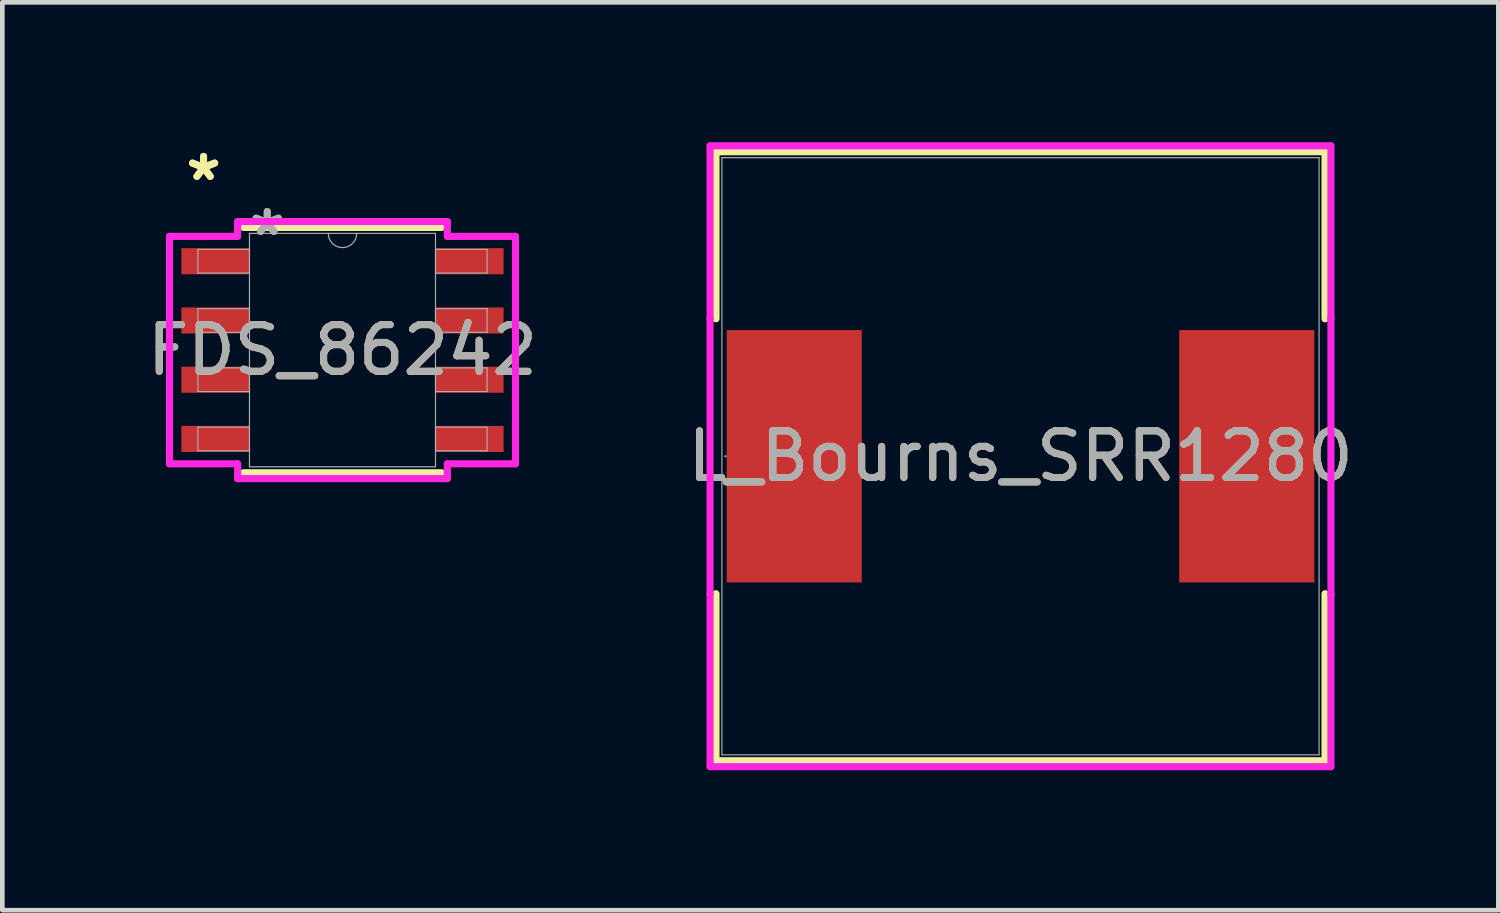
<source format=kicad_pcb>
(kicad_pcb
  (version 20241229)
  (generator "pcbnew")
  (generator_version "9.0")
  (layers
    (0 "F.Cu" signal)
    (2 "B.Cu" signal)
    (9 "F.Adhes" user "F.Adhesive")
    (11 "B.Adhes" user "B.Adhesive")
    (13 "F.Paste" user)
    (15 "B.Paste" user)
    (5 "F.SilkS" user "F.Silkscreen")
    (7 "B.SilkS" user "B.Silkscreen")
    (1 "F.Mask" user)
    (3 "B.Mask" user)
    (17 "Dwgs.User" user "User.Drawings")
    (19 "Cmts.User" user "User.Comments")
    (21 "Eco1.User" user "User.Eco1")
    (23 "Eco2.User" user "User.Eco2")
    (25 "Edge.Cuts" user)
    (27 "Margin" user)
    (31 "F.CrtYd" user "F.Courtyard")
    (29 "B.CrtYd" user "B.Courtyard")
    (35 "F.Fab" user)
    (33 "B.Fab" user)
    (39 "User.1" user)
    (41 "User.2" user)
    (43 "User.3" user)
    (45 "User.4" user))
  (footprint "L_Bourns_SRR1280"
    (layer "F.Cu")
    (at 18.827 6.731)
    (property "Reference" "L_Bourns_SRR1280" (at 0 0 0) (unlocked yes) (layer "F.SilkS") (effects (font (size 1 1) (thickness 0.15))))
    (attr smd)
    (fp_line (start -6.528 -6.528) (end -6.528 -2.947) (stroke (width 0.152) (type solid)) (layer "F.SilkS"))
    (fp_line (start -6.528 2.947) (end -6.528 6.528) (stroke (width 0.152) (type solid)) (layer "F.SilkS"))
    (fp_line (start -6.528 6.528) (end 6.528 6.528) (stroke (width 0.152) (type solid)) (layer "F.SilkS"))
    (fp_line (start 6.528 -6.528) (end -6.528 -6.528) (stroke (width 0.152) (type solid)) (layer "F.SilkS"))
    (fp_line (start 6.528 -2.947) (end 6.528 -6.528) (stroke (width 0.152) (type solid)) (layer "F.SilkS"))
    (fp_line (start 6.528 6.528) (end 6.528 2.947) (stroke (width 0.152) (type solid)) (layer "F.SilkS"))
    (fp_line (start -6.655 -6.655) (end 6.655 -6.655) (stroke (width 0.152) (type solid)) (layer "F.CrtYd"))
    (fp_line (start -6.655 -2.959) (end -6.655 -6.655) (stroke (width 0.152) (type solid)) (layer "F.CrtYd"))
    (fp_line (start -6.655 -2.959) (end -6.655 -2.959) (stroke (width 0.152) (type solid)) (layer "F.CrtYd"))
    (fp_line (start -6.655 2.959) (end -6.655 -2.959) (stroke (width 0.152) (type solid)) (layer "F.CrtYd"))
    (fp_line (start -6.655 2.959) (end -6.655 2.959) (stroke (width 0.152) (type solid)) (layer "F.CrtYd"))
    (fp_line (start -6.655 6.655) (end -6.655 2.959) (stroke (width 0.152) (type solid)) (layer "F.CrtYd"))
    (fp_line (start 6.655 -6.655) (end 6.655 -2.959) (stroke (width 0.152) (type solid)) (layer "F.CrtYd"))
    (fp_line (start 6.655 -2.959) (end 6.655 -2.959) (stroke (width 0.152) (type solid)) (layer "F.CrtYd"))
    (fp_line (start 6.655 -2.959) (end 6.655 2.959) (stroke (width 0.152) (type solid)) (layer "F.CrtYd"))
    (fp_line (start 6.655 2.959) (end 6.655 2.959) (stroke (width 0.152) (type solid)) (layer "F.CrtYd"))
    (fp_line (start 6.655 2.959) (end 6.655 6.655) (stroke (width 0.152) (type solid)) (layer "F.CrtYd"))
    (fp_line (start 6.655 6.655) (end -6.655 6.655) (stroke (width 0.152) (type solid)) (layer "F.CrtYd"))
    (fp_line (start -6.401 -6.401) (end -6.401 6.401) (stroke (width 0.025) (type solid)) (layer "F.Fab"))
    (fp_line (start -6.401 6.401) (end 6.401 6.401) (stroke (width 0.025) (type solid)) (layer "F.Fab"))
    (fp_line (start 6.401 -6.401) (end -6.401 -6.401) (stroke (width 0.025) (type solid)) (layer "F.Fab"))
    (fp_line (start 6.401 6.401) (end 6.401 -6.401) (stroke (width 0.025) (type solid)) (layer "F.Fab"))
    (fp_circle (center -6.325 0) (end -6.325 0) (stroke (width 0.025) (type solid)) (fill no) (layer "F.Fab"))
    (fp_text user "${REFERENCE}" (at 0 0 0) (unlocked yes) (layer "F.Fab") (effects (font (size 1 1) (thickness 0.15))))
    (pad "1" smd rect (at -4.851 0) (size 2.896 5.41) (layers "F.Cu" "F.Mask" "F.Paste"))
    (pad "2" smd rect (at 4.851 0) (size 2.896 5.41) (layers "F.Cu" "F.Mask" "F.Paste"))
    (zone (net_name "") (layer "F.Cu") (hatch full 0.508) (connect_pads) (min_thickness 0.254) (filled_areas_thickness no) (keepout (tracks not_allowed) (vias not_allowed) (pads allowed) (copperpour not_allowed) (footprints allowed)) (placement (enabled no)) (fill) (polygon (pts (xy 15.475 0.381) (xy 22.18 0.381) (xy 22.18 13.081) (xy 15.475 13.081)))))
  (footprint "FDS_86242"
    (layer "F.Cu")
    (at 4.292 4.455)
    (property "Reference" "FDS_86242" (at 0 0 0) (unlocked yes) (layer "F.SilkS") (effects (font (size 1 1) (thickness 0.15))))
    (attr smd)
    (fp_line (start -2.121 2.629) (end 2.121 2.629) (stroke (width 0.152) (type solid)) (layer "F.SilkS"))
    (fp_line (start 2.121 -2.629) (end -2.121 -2.629) (stroke (width 0.152) (type solid)) (layer "F.SilkS"))
    (fp_line (start -3.708 -2.438) (end -2.248 -2.438) (stroke (width 0.152) (type solid)) (layer "F.CrtYd"))
    (fp_line (start -3.708 2.438) (end -3.708 -2.438) (stroke (width 0.152) (type solid)) (layer "F.CrtYd"))
    (fp_line (start -3.708 2.438) (end -2.248 2.438) (stroke (width 0.152) (type solid)) (layer "F.CrtYd"))
    (fp_line (start -2.248 -2.756) (end 2.248 -2.756) (stroke (width 0.152) (type solid)) (layer "F.CrtYd"))
    (fp_line (start -2.248 -2.438) (end -2.248 -2.756) (stroke (width 0.152) (type solid)) (layer "F.CrtYd"))
    (fp_line (start -2.248 2.756) (end -2.248 2.438) (stroke (width 0.152) (type solid)) (layer "F.CrtYd"))
    (fp_line (start 2.248 -2.756) (end 2.248 -2.438) (stroke (width 0.152) (type solid)) (layer "F.CrtYd"))
    (fp_line (start 2.248 2.438) (end 2.248 2.756) (stroke (width 0.152) (type solid)) (layer "F.CrtYd"))
    (fp_line (start 2.248 2.756) (end -2.248 2.756) (stroke (width 0.152) (type solid)) (layer "F.CrtYd"))
    (fp_line (start 3.708 -2.438) (end 2.248 -2.438) (stroke (width 0.152) (type solid)) (layer "F.CrtYd"))
    (fp_line (start 3.708 -2.438) (end 3.708 2.438) (stroke (width 0.152) (type solid)) (layer "F.CrtYd"))
    (fp_line (start 3.708 2.438) (end 2.248 2.438) (stroke (width 0.152) (type solid)) (layer "F.CrtYd"))
    (fp_line (start -3.099 -2.159) (end -3.099 -1.651) (stroke (width 0.025) (type solid)) (layer "F.Fab"))
    (fp_line (start -3.099 -1.651) (end -1.994 -1.651) (stroke (width 0.025) (type solid)) (layer "F.Fab"))
    (fp_line (start -3.099 -0.889) (end -3.099 -0.381) (stroke (width 0.025) (type solid)) (layer "F.Fab"))
    (fp_line (start -3.099 -0.381) (end -1.994 -0.381) (stroke (width 0.025) (type solid)) (layer "F.Fab"))
    (fp_line (start -3.099 0.381) (end -3.099 0.889) (stroke (width 0.025) (type solid)) (layer "F.Fab"))
    (fp_line (start -3.099 0.889) (end -1.994 0.889) (stroke (width 0.025) (type solid)) (layer "F.Fab"))
    (fp_line (start -3.099 1.651) (end -3.099 2.159) (stroke (width 0.025) (type solid)) (layer "F.Fab"))
    (fp_line (start -3.099 2.159) (end -1.994 2.159) (stroke (width 0.025) (type solid)) (layer "F.Fab"))
    (fp_line (start -1.994 -2.502) (end -1.994 2.502) (stroke (width 0.025) (type solid)) (layer "F.Fab"))
    (fp_line (start -1.994 -2.159) (end -3.099 -2.159) (stroke (width 0.025) (type solid)) (layer "F.Fab"))
    (fp_line (start -1.994 -1.651) (end -1.994 -2.159) (stroke (width 0.025) (type solid)) (layer "F.Fab"))
    (fp_line (start -1.994 -0.889) (end -3.099 -0.889) (stroke (width 0.025) (type solid)) (layer "F.Fab"))
    (fp_line (start -1.994 -0.381) (end -1.994 -0.889) (stroke (width 0.025) (type solid)) (layer "F.Fab"))
    (fp_line (start -1.994 0.381) (end -3.099 0.381) (stroke (width 0.025) (type solid)) (layer "F.Fab"))
    (fp_line (start -1.994 0.889) (end -1.994 0.381) (stroke (width 0.025) (type solid)) (layer "F.Fab"))
    (fp_line (start -1.994 1.651) (end -3.099 1.651) (stroke (width 0.025) (type solid)) (layer "F.Fab"))
    (fp_line (start -1.994 2.159) (end -1.994 1.651) (stroke (width 0.025) (type solid)) (layer "F.Fab"))
    (fp_line (start -1.994 2.502) (end 1.994 2.502) (stroke (width 0.025) (type solid)) (layer "F.Fab"))
    (fp_line (start 1.994 -2.502) (end -1.994 -2.502) (stroke (width 0.025) (type solid)) (layer "F.Fab"))
    (fp_line (start 1.994 -2.159) (end 1.994 -1.651) (stroke (width 0.025) (type solid)) (layer "F.Fab"))
    (fp_line (start 1.994 -1.651) (end 3.099 -1.651) (stroke (width 0.025) (type solid)) (layer "F.Fab"))
    (fp_line (start 1.994 -0.889) (end 1.994 -0.381) (stroke (width 0.025) (type solid)) (layer "F.Fab"))
    (fp_line (start 1.994 -0.381) (end 3.099 -0.381) (stroke (width 0.025) (type solid)) (layer "F.Fab"))
    (fp_line (start 1.994 0.381) (end 1.994 0.889) (stroke (width 0.025) (type solid)) (layer "F.Fab"))
    (fp_line (start 1.994 0.889) (end 3.099 0.889) (stroke (width 0.025) (type solid)) (layer "F.Fab"))
    (fp_line (start 1.994 1.651) (end 1.994 2.159) (stroke (width 0.025) (type solid)) (layer "F.Fab"))
    (fp_line (start 1.994 2.159) (end 3.099 2.159) (stroke (width 0.025) (type solid)) (layer "F.Fab"))
    (fp_line (start 1.994 2.502) (end 1.994 -2.502) (stroke (width 0.025) (type solid)) (layer "F.Fab"))
    (fp_line (start 3.099 -2.159) (end 1.994 -2.159) (stroke (width 0.025) (type solid)) (layer "F.Fab"))
    (fp_line (start 3.099 -1.651) (end 3.099 -2.159) (stroke (width 0.025) (type solid)) (layer "F.Fab"))
    (fp_line (start 3.099 -0.889) (end 1.994 -0.889) (stroke (width 0.025) (type solid)) (layer "F.Fab"))
    (fp_line (start 3.099 -0.381) (end 3.099 -0.889) (stroke (width 0.025) (type solid)) (layer "F.Fab"))
    (fp_line (start 3.099 0.381) (end 1.994 0.381) (stroke (width 0.025) (type solid)) (layer "F.Fab"))
    (fp_line (start 3.099 0.889) (end 3.099 0.381) (stroke (width 0.025) (type solid)) (layer "F.Fab"))
    (fp_line (start 3.099 1.651) (end 1.994 1.651) (stroke (width 0.025) (type solid)) (layer "F.Fab"))
    (fp_line (start 3.099 2.159) (end 3.099 1.651) (stroke (width 0.025) (type solid)) (layer "F.Fab"))
    (fp_arc (start 0.3048 -2.5019) (mid 0 -2.1971) (end -0.3048 -2.5019) (stroke (width 0.0254) (type solid)) (layer "F.Fab"))
    (fp_text user "*" (at -2.978 -3.607 0) (layer "F.SilkS") (effects (font (size 1 1) (thickness 0.15))))
    (fp_text user "*" (at -2.978 -3.607 0) (unlocked yes) (layer "F.SilkS") (effects (font (size 1 1) (thickness 0.15))))
    (fp_text user "*" (at -1.613 -2.426 0) (layer "F.Fab") (effects (font (size 1 1) (thickness 0.15))))
    (fp_text user "*" (at -1.613 -2.426 0) (unlocked yes) (layer "F.Fab") (effects (font (size 1 1) (thickness 0.15))))
    (fp_text user "${REFERENCE}" (at 0 0 0) (unlocked yes) (layer "F.Fab") (effects (font (size 1 1) (thickness 0.15))))
    (pad "D" smd rect (at 2.724 -1.905) (size 1.46 0.559) (layers "F.Cu" "F.Mask" "F.Paste"))
    (pad "D" smd rect (at 2.724 -0.635) (size 1.46 0.559) (layers "F.Cu" "F.Mask" "F.Paste"))
    (pad "D" smd rect (at 2.724 0.635) (size 1.46 0.559) (layers "F.Cu" "F.Mask" "F.Paste"))
    (pad "D" smd rect (at 2.724 1.905) (size 1.46 0.559) (layers "F.Cu" "F.Mask" "F.Paste"))
    (pad "G" smd rect (at -2.724 1.905) (size 1.46 0.559) (layers "F.Cu" "F.Mask" "F.Paste"))
    (pad "S" smd rect (at -2.724 -1.905) (size 1.46 0.559) (layers "F.Cu" "F.Mask" "F.Paste"))
    (pad "S" smd rect (at -2.724 -0.635) (size 1.46 0.559) (layers "F.Cu" "F.Mask" "F.Paste"))
    (pad "S" smd rect (at -2.724 0.635) (size 1.46 0.559) (layers "F.Cu" "F.Mask" "F.Paste")))
  (gr_rect
    (start -3 -3)
    (end 29.071 16.462)
    (stroke (width 0.1) (type default))
    (fill no)
    (layer "Edge.Cuts")))
</source>
